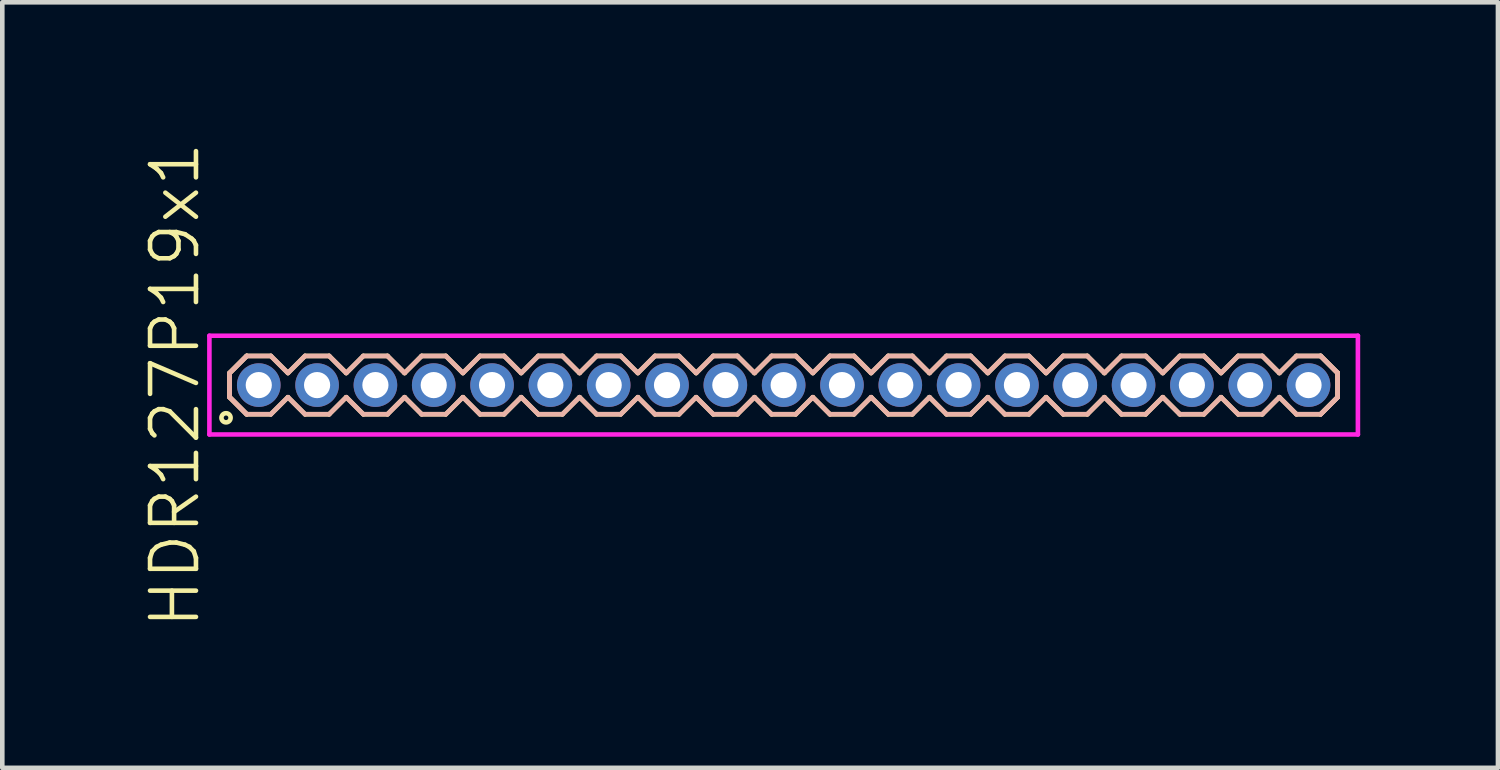
<source format=kicad_pcb>
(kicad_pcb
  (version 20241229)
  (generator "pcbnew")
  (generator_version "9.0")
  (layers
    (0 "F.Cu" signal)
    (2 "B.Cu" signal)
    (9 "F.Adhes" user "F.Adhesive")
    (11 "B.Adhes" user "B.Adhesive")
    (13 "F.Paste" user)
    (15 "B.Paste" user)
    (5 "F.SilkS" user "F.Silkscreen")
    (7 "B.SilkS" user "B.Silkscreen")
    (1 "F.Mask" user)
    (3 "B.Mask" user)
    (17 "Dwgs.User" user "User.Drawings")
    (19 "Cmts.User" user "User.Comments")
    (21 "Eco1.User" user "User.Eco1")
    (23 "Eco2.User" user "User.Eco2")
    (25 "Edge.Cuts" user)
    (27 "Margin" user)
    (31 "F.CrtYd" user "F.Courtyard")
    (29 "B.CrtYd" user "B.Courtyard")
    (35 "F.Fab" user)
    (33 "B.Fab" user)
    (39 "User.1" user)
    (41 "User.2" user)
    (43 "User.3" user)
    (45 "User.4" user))
  (footprint "HDR127P19x1"
    (layer "F.Cu")
    (at 14.015 5.336)
    (property "Reference" "HDR127P19x1" (at -13.255 0 90) (layer "F.SilkS") (effects (font (size 1 1) (thickness 0.1))))
    (attr through_hole)
    (fp_line (start -12.065 -0.263) (end -11.693 -0.635) (stroke (width 0.1) (type solid)) (layer "F.SilkS"))
    (fp_line (start -12.065 -0.263) (end -11.693 -0.635) (stroke (width 0.1) (type solid)) (layer "F.SilkS"))
    (fp_line (start -12.065 0.263) (end -12.065 -0.263) (stroke (width 0.1) (type solid)) (layer "F.SilkS"))
    (fp_line (start -12.065 0.263) (end -12.065 -0.263) (stroke (width 0.1) (type solid)) (layer "F.SilkS"))
    (fp_line (start -11.693 -0.635) (end -11.167 -0.635) (stroke (width 0.1) (type solid)) (layer "F.SilkS"))
    (fp_line (start -11.693 0.635) (end -12.065 0.263) (stroke (width 0.1) (type solid)) (layer "F.SilkS"))
    (fp_line (start -11.693 0.635) (end -12.065 0.263) (stroke (width 0.1) (type solid)) (layer "F.SilkS"))
    (fp_line (start -11.167 -0.635) (end -10.795 -0.263) (stroke (width 0.1) (type solid)) (layer "F.SilkS"))
    (fp_line (start -11.167 0.635) (end -11.693 0.635) (stroke (width 0.1) (type solid)) (layer "F.SilkS"))
    (fp_line (start -10.795 -0.263) (end -10.423 -0.635) (stroke (width 0.1) (type solid)) (layer "F.SilkS"))
    (fp_line (start -10.795 0.263) (end -11.167 0.635) (stroke (width 0.1) (type solid)) (layer "F.SilkS"))
    (fp_line (start -10.423 -0.635) (end -9.897 -0.635) (stroke (width 0.1) (type solid)) (layer "F.SilkS"))
    (fp_line (start -10.423 0.635) (end -10.795 0.263) (stroke (width 0.1) (type solid)) (layer "F.SilkS"))
    (fp_line (start -9.897 -0.635) (end -9.525 -0.263) (stroke (width 0.1) (type solid)) (layer "F.SilkS"))
    (fp_line (start -9.897 0.635) (end -10.423 0.635) (stroke (width 0.1) (type solid)) (layer "F.SilkS"))
    (fp_line (start -9.525 -0.263) (end -9.153 -0.635) (stroke (width 0.1) (type solid)) (layer "F.SilkS"))
    (fp_line (start -9.525 0.263) (end -9.897 0.635) (stroke (width 0.1) (type solid)) (layer "F.SilkS"))
    (fp_line (start -9.153 -0.635) (end -8.627 -0.635) (stroke (width 0.1) (type solid)) (layer "F.SilkS"))
    (fp_line (start -9.153 0.635) (end -9.525 0.263) (stroke (width 0.1) (type solid)) (layer "F.SilkS"))
    (fp_line (start -8.627 -0.635) (end -8.255 -0.263) (stroke (width 0.1) (type solid)) (layer "F.SilkS"))
    (fp_line (start -8.627 0.635) (end -9.153 0.635) (stroke (width 0.1) (type solid)) (layer "F.SilkS"))
    (fp_line (start -8.255 -0.263) (end -7.883 -0.635) (stroke (width 0.1) (type solid)) (layer "F.SilkS"))
    (fp_line (start -8.255 0.263) (end -8.627 0.635) (stroke (width 0.1) (type solid)) (layer "F.SilkS"))
    (fp_line (start -7.883 -0.635) (end -7.357 -0.635) (stroke (width 0.1) (type solid)) (layer "F.SilkS"))
    (fp_line (start -7.883 0.635) (end -8.255 0.263) (stroke (width 0.1) (type solid)) (layer "F.SilkS"))
    (fp_line (start -7.357 -0.635) (end -6.985 -0.263) (stroke (width 0.1) (type solid)) (layer "F.SilkS"))
    (fp_line (start -7.357 0.635) (end -7.883 0.635) (stroke (width 0.1) (type solid)) (layer "F.SilkS"))
    (fp_line (start -6.985 -0.263) (end -6.613 -0.635) (stroke (width 0.1) (type solid)) (layer "F.SilkS"))
    (fp_line (start -6.985 0.263) (end -7.357 0.635) (stroke (width 0.1) (type solid)) (layer "F.SilkS"))
    (fp_line (start -6.613 -0.635) (end -6.087 -0.635) (stroke (width 0.1) (type solid)) (layer "F.SilkS"))
    (fp_line (start -6.613 0.635) (end -6.985 0.263) (stroke (width 0.1) (type solid)) (layer "F.SilkS"))
    (fp_line (start -6.087 -0.635) (end -5.715 -0.263) (stroke (width 0.1) (type solid)) (layer "F.SilkS"))
    (fp_line (start -6.087 0.635) (end -6.613 0.635) (stroke (width 0.1) (type solid)) (layer "F.SilkS"))
    (fp_line (start -5.715 -0.263) (end -5.343 -0.635) (stroke (width 0.1) (type solid)) (layer "F.SilkS"))
    (fp_line (start -5.715 0.263) (end -6.087 0.635) (stroke (width 0.1) (type solid)) (layer "F.SilkS"))
    (fp_line (start -5.343 -0.635) (end -4.817 -0.635) (stroke (width 0.1) (type solid)) (layer "F.SilkS"))
    (fp_line (start -5.343 0.635) (end -5.715 0.263) (stroke (width 0.1) (type solid)) (layer "F.SilkS"))
    (fp_line (start -4.817 -0.635) (end -4.445 -0.263) (stroke (width 0.1) (type solid)) (layer "F.SilkS"))
    (fp_line (start -4.817 0.635) (end -5.343 0.635) (stroke (width 0.1) (type solid)) (layer "F.SilkS"))
    (fp_line (start -4.445 -0.263) (end -4.073 -0.635) (stroke (width 0.1) (type solid)) (layer "F.SilkS"))
    (fp_line (start -4.445 0.263) (end -4.817 0.635) (stroke (width 0.1) (type solid)) (layer "F.SilkS"))
    (fp_line (start -4.073 -0.635) (end -3.547 -0.635) (stroke (width 0.1) (type solid)) (layer "F.SilkS"))
    (fp_line (start -4.073 0.635) (end -4.445 0.263) (stroke (width 0.1) (type solid)) (layer "F.SilkS"))
    (fp_line (start -3.547 -0.635) (end -3.175 -0.263) (stroke (width 0.1) (type solid)) (layer "F.SilkS"))
    (fp_line (start -3.547 0.635) (end -4.073 0.635) (stroke (width 0.1) (type solid)) (layer "F.SilkS"))
    (fp_line (start -3.175 -0.263) (end -2.803 -0.635) (stroke (width 0.1) (type solid)) (layer "F.SilkS"))
    (fp_line (start -3.175 0.263) (end -3.547 0.635) (stroke (width 0.1) (type solid)) (layer "F.SilkS"))
    (fp_line (start -2.803 -0.635) (end -2.277 -0.635) (stroke (width 0.1) (type solid)) (layer "F.SilkS"))
    (fp_line (start -2.803 0.635) (end -3.175 0.263) (stroke (width 0.1) (type solid)) (layer "F.SilkS"))
    (fp_line (start -2.277 -0.635) (end -1.905 -0.263) (stroke (width 0.1) (type solid)) (layer "F.SilkS"))
    (fp_line (start -2.277 0.635) (end -2.803 0.635) (stroke (width 0.1) (type solid)) (layer "F.SilkS"))
    (fp_line (start -1.905 -0.263) (end -1.533 -0.635) (stroke (width 0.1) (type solid)) (layer "F.SilkS"))
    (fp_line (start -1.905 0.263) (end -2.277 0.635) (stroke (width 0.1) (type solid)) (layer "F.SilkS"))
    (fp_line (start -1.533 -0.635) (end -1.007 -0.635) (stroke (width 0.1) (type solid)) (layer "F.SilkS"))
    (fp_line (start -1.533 0.635) (end -1.905 0.263) (stroke (width 0.1) (type solid)) (layer "F.SilkS"))
    (fp_line (start -1.007 -0.635) (end -0.635 -0.263) (stroke (width 0.1) (type solid)) (layer "F.SilkS"))
    (fp_line (start -1.007 0.635) (end -1.533 0.635) (stroke (width 0.1) (type solid)) (layer "F.SilkS"))
    (fp_line (start -0.635 -0.263) (end -0.263 -0.635) (stroke (width 0.1) (type solid)) (layer "F.SilkS"))
    (fp_line (start -0.635 0.263) (end -1.007 0.635) (stroke (width 0.1) (type solid)) (layer "F.SilkS"))
    (fp_line (start -0.263 -0.635) (end 0.263 -0.635) (stroke (width 0.1) (type solid)) (layer "F.SilkS"))
    (fp_line (start -0.263 0.635) (end -0.635 0.263) (stroke (width 0.1) (type solid)) (layer "F.SilkS"))
    (fp_line (start 0.263 -0.635) (end 0.635 -0.263) (stroke (width 0.1) (type solid)) (layer "F.SilkS"))
    (fp_line (start 0.263 0.635) (end -0.263 0.635) (stroke (width 0.1) (type solid)) (layer "F.SilkS"))
    (fp_line (start 0.635 -0.263) (end 1.007 -0.635) (stroke (width 0.1) (type solid)) (layer "F.SilkS"))
    (fp_line (start 0.635 0.263) (end 0.263 0.635) (stroke (width 0.1) (type solid)) (layer "F.SilkS"))
    (fp_line (start 1.007 -0.635) (end 1.533 -0.635) (stroke (width 0.1) (type solid)) (layer "F.SilkS"))
    (fp_line (start 1.007 0.635) (end 0.635 0.263) (stroke (width 0.1) (type solid)) (layer "F.SilkS"))
    (fp_line (start 1.533 -0.635) (end 1.905 -0.263) (stroke (width 0.1) (type solid)) (layer "F.SilkS"))
    (fp_line (start 1.533 0.635) (end 1.007 0.635) (stroke (width 0.1) (type solid)) (layer "F.SilkS"))
    (fp_line (start 1.905 -0.263) (end 2.277 -0.635) (stroke (width 0.1) (type solid)) (layer "F.SilkS"))
    (fp_line (start 1.905 0.263) (end 1.533 0.635) (stroke (width 0.1) (type solid)) (layer "F.SilkS"))
    (fp_line (start 2.277 -0.635) (end 2.803 -0.635) (stroke (width 0.1) (type solid)) (layer "F.SilkS"))
    (fp_line (start 2.277 0.635) (end 1.905 0.263) (stroke (width 0.1) (type solid)) (layer "F.SilkS"))
    (fp_line (start 2.803 -0.635) (end 3.175 -0.263) (stroke (width 0.1) (type solid)) (layer "F.SilkS"))
    (fp_line (start 2.803 0.635) (end 2.277 0.635) (stroke (width 0.1) (type solid)) (layer "F.SilkS"))
    (fp_line (start 3.175 -0.263) (end 3.547 -0.635) (stroke (width 0.1) (type solid)) (layer "F.SilkS"))
    (fp_line (start 3.175 0.263) (end 2.803 0.635) (stroke (width 0.1) (type solid)) (layer "F.SilkS"))
    (fp_line (start 3.547 -0.635) (end 4.073 -0.635) (stroke (width 0.1) (type solid)) (layer "F.SilkS"))
    (fp_line (start 3.547 0.635) (end 3.175 0.263) (stroke (width 0.1) (type solid)) (layer "F.SilkS"))
    (fp_line (start 4.073 -0.635) (end 4.445 -0.263) (stroke (width 0.1) (type solid)) (layer "F.SilkS"))
    (fp_line (start 4.073 0.635) (end 3.547 0.635) (stroke (width 0.1) (type solid)) (layer "F.SilkS"))
    (fp_line (start 4.445 -0.263) (end 4.817 -0.635) (stroke (width 0.1) (type solid)) (layer "F.SilkS"))
    (fp_line (start 4.445 0.263) (end 4.073 0.635) (stroke (width 0.1) (type solid)) (layer "F.SilkS"))
    (fp_line (start 4.817 -0.635) (end 5.343 -0.635) (stroke (width 0.1) (type solid)) (layer "F.SilkS"))
    (fp_line (start 4.817 0.635) (end 4.445 0.263) (stroke (width 0.1) (type solid)) (layer "F.SilkS"))
    (fp_line (start 5.343 -0.635) (end 5.715 -0.263) (stroke (width 0.1) (type solid)) (layer "F.SilkS"))
    (fp_line (start 5.343 0.635) (end 4.817 0.635) (stroke (width 0.1) (type solid)) (layer "F.SilkS"))
    (fp_line (start 5.715 -0.263) (end 6.087 -0.635) (stroke (width 0.1) (type solid)) (layer "F.SilkS"))
    (fp_line (start 5.715 0.263) (end 5.343 0.635) (stroke (width 0.1) (type solid)) (layer "F.SilkS"))
    (fp_line (start 6.087 -0.635) (end 6.613 -0.635) (stroke (width 0.1) (type solid)) (layer "F.SilkS"))
    (fp_line (start 6.087 0.635) (end 5.715 0.263) (stroke (width 0.1) (type solid)) (layer "F.SilkS"))
    (fp_line (start 6.613 -0.635) (end 6.985 -0.263) (stroke (width 0.1) (type solid)) (layer "F.SilkS"))
    (fp_line (start 6.613 0.635) (end 6.087 0.635) (stroke (width 0.1) (type solid)) (layer "F.SilkS"))
    (fp_line (start 6.985 -0.263) (end 7.357 -0.635) (stroke (width 0.1) (type solid)) (layer "F.SilkS"))
    (fp_line (start 6.985 0.263) (end 6.613 0.635) (stroke (width 0.1) (type solid)) (layer "F.SilkS"))
    (fp_line (start 7.357 -0.635) (end 7.883 -0.635) (stroke (width 0.1) (type solid)) (layer "F.SilkS"))
    (fp_line (start 7.357 0.635) (end 6.985 0.263) (stroke (width 0.1) (type solid)) (layer "F.SilkS"))
    (fp_line (start 7.883 -0.635) (end 8.255 -0.263) (stroke (width 0.1) (type solid)) (layer "F.SilkS"))
    (fp_line (start 7.883 0.635) (end 7.357 0.635) (stroke (width 0.1) (type solid)) (layer "F.SilkS"))
    (fp_line (start 8.255 -0.263) (end 8.627 -0.635) (stroke (width 0.1) (type solid)) (layer "F.SilkS"))
    (fp_line (start 8.255 0.263) (end 7.883 0.635) (stroke (width 0.1) (type solid)) (layer "F.SilkS"))
    (fp_line (start 8.627 -0.635) (end 9.153 -0.635) (stroke (width 0.1) (type solid)) (layer "F.SilkS"))
    (fp_line (start 8.627 0.635) (end 8.255 0.263) (stroke (width 0.1) (type solid)) (layer "F.SilkS"))
    (fp_line (start 9.153 -0.635) (end 9.525 -0.263) (stroke (width 0.1) (type solid)) (layer "F.SilkS"))
    (fp_line (start 9.153 0.635) (end 8.627 0.635) (stroke (width 0.1) (type solid)) (layer "F.SilkS"))
    (fp_line (start 9.525 -0.263) (end 9.897 -0.635) (stroke (width 0.1) (type solid)) (layer "F.SilkS"))
    (fp_line (start 9.525 0.263) (end 9.153 0.635) (stroke (width 0.1) (type solid)) (layer "F.SilkS"))
    (fp_line (start 9.897 -0.635) (end 10.423 -0.635) (stroke (width 0.1) (type solid)) (layer "F.SilkS"))
    (fp_line (start 9.897 0.635) (end 9.525 0.263) (stroke (width 0.1) (type solid)) (layer "F.SilkS"))
    (fp_line (start 10.423 -0.635) (end 10.795 -0.263) (stroke (width 0.1) (type solid)) (layer "F.SilkS"))
    (fp_line (start 10.423 0.635) (end 9.897 0.635) (stroke (width 0.1) (type solid)) (layer "F.SilkS"))
    (fp_line (start 10.795 -0.263) (end 11.167 -0.635) (stroke (width 0.1) (type solid)) (layer "F.SilkS"))
    (fp_line (start 10.795 0.263) (end 10.423 0.635) (stroke (width 0.1) (type solid)) (layer "F.SilkS"))
    (fp_line (start 11.167 -0.635) (end 11.693 -0.635) (stroke (width 0.1) (type solid)) (layer "F.SilkS"))
    (fp_line (start 11.167 0.635) (end 10.795 0.263) (stroke (width 0.1) (type solid)) (layer "F.SilkS"))
    (fp_line (start 11.693 -0.635) (end 12.065 -0.263) (stroke (width 0.1) (type solid)) (layer "F.SilkS"))
    (fp_line (start 11.693 -0.635) (end 12.065 -0.263) (stroke (width 0.1) (type solid)) (layer "F.SilkS"))
    (fp_line (start 11.693 0.635) (end 11.167 0.635) (stroke (width 0.1) (type solid)) (layer "F.SilkS"))
    (fp_line (start 12.065 -0.263) (end 12.065 0.263) (stroke (width 0.1) (type solid)) (layer "F.SilkS"))
    (fp_line (start 12.065 -0.263) (end 12.065 0.263) (stroke (width 0.1) (type solid)) (layer "F.SilkS"))
    (fp_line (start 12.065 0.263) (end 11.693 0.635) (stroke (width 0.1) (type solid)) (layer "F.SilkS"))
    (fp_line (start 12.065 0.263) (end 11.693 0.635) (stroke (width 0.1) (type solid)) (layer "F.SilkS"))
    (fp_circle (center -12.143 0.712) (end -12.043 0.712) (stroke (width 0.1) (type solid)) (fill no) (layer "F.SilkS"))
    (fp_line (start -12.065 -0.263) (end -11.693 -0.635) (stroke (width 0.1) (type solid)) (layer "B.SilkS"))
    (fp_line (start -12.065 -0.263) (end -11.693 -0.635) (stroke (width 0.1) (type solid)) (layer "B.SilkS"))
    (fp_line (start -12.065 0.263) (end -12.065 -0.263) (stroke (width 0.1) (type solid)) (layer "B.SilkS"))
    (fp_line (start -12.065 0.263) (end -12.065 -0.263) (stroke (width 0.1) (type solid)) (layer "B.SilkS"))
    (fp_line (start -11.693 -0.635) (end -11.167 -0.635) (stroke (width 0.1) (type solid)) (layer "B.SilkS"))
    (fp_line (start -11.693 0.635) (end -12.065 0.263) (stroke (width 0.1) (type solid)) (layer "B.SilkS"))
    (fp_line (start -11.693 0.635) (end -12.065 0.263) (stroke (width 0.1) (type solid)) (layer "B.SilkS"))
    (fp_line (start -11.167 -0.635) (end -10.795 -0.263) (stroke (width 0.1) (type solid)) (layer "B.SilkS"))
    (fp_line (start -11.167 0.635) (end -11.693 0.635) (stroke (width 0.1) (type solid)) (layer "B.SilkS"))
    (fp_line (start -10.795 -0.263) (end -10.423 -0.635) (stroke (width 0.1) (type solid)) (layer "B.SilkS"))
    (fp_line (start -10.795 0.263) (end -11.167 0.635) (stroke (width 0.1) (type solid)) (layer "B.SilkS"))
    (fp_line (start -10.423 -0.635) (end -9.897 -0.635) (stroke (width 0.1) (type solid)) (layer "B.SilkS"))
    (fp_line (start -10.423 0.635) (end -10.795 0.263) (stroke (width 0.1) (type solid)) (layer "B.SilkS"))
    (fp_line (start -9.897 -0.635) (end -9.525 -0.263) (stroke (width 0.1) (type solid)) (layer "B.SilkS"))
    (fp_line (start -9.897 0.635) (end -10.423 0.635) (stroke (width 0.1) (type solid)) (layer "B.SilkS"))
    (fp_line (start -9.525 -0.263) (end -9.153 -0.635) (stroke (width 0.1) (type solid)) (layer "B.SilkS"))
    (fp_line (start -9.525 0.263) (end -9.897 0.635) (stroke (width 0.1) (type solid)) (layer "B.SilkS"))
    (fp_line (start -9.153 -0.635) (end -8.627 -0.635) (stroke (width 0.1) (type solid)) (layer "B.SilkS"))
    (fp_line (start -9.153 0.635) (end -9.525 0.263) (stroke (width 0.1) (type solid)) (layer "B.SilkS"))
    (fp_line (start -8.627 -0.635) (end -8.255 -0.263) (stroke (width 0.1) (type solid)) (layer "B.SilkS"))
    (fp_line (start -8.627 0.635) (end -9.153 0.635) (stroke (width 0.1) (type solid)) (layer "B.SilkS"))
    (fp_line (start -8.255 -0.263) (end -7.883 -0.635) (stroke (width 0.1) (type solid)) (layer "B.SilkS"))
    (fp_line (start -8.255 0.263) (end -8.627 0.635) (stroke (width 0.1) (type solid)) (layer "B.SilkS"))
    (fp_line (start -7.883 -0.635) (end -7.357 -0.635) (stroke (width 0.1) (type solid)) (layer "B.SilkS"))
    (fp_line (start -7.883 0.635) (end -8.255 0.263) (stroke (width 0.1) (type solid)) (layer "B.SilkS"))
    (fp_line (start -7.357 -0.635) (end -6.985 -0.263) (stroke (width 0.1) (type solid)) (layer "B.SilkS"))
    (fp_line (start -7.357 0.635) (end -7.883 0.635) (stroke (width 0.1) (type solid)) (layer "B.SilkS"))
    (fp_line (start -6.985 -0.263) (end -6.613 -0.635) (stroke (width 0.1) (type solid)) (layer "B.SilkS"))
    (fp_line (start -6.985 0.263) (end -7.357 0.635) (stroke (width 0.1) (type solid)) (layer "B.SilkS"))
    (fp_line (start -6.613 -0.635) (end -6.087 -0.635) (stroke (width 0.1) (type solid)) (layer "B.SilkS"))
    (fp_line (start -6.613 0.635) (end -6.985 0.263) (stroke (width 0.1) (type solid)) (layer "B.SilkS"))
    (fp_line (start -6.087 -0.635) (end -5.715 -0.263) (stroke (width 0.1) (type solid)) (layer "B.SilkS"))
    (fp_line (start -6.087 0.635) (end -6.613 0.635) (stroke (width 0.1) (type solid)) (layer "B.SilkS"))
    (fp_line (start -5.715 -0.263) (end -5.343 -0.635) (stroke (width 0.1) (type solid)) (layer "B.SilkS"))
    (fp_line (start -5.715 0.263) (end -6.087 0.635) (stroke (width 0.1) (type solid)) (layer "B.SilkS"))
    (fp_line (start -5.343 -0.635) (end -4.817 -0.635) (stroke (width 0.1) (type solid)) (layer "B.SilkS"))
    (fp_line (start -5.343 0.635) (end -5.715 0.263) (stroke (width 0.1) (type solid)) (layer "B.SilkS"))
    (fp_line (start -4.817 -0.635) (end -4.445 -0.263) (stroke (width 0.1) (type solid)) (layer "B.SilkS"))
    (fp_line (start -4.817 0.635) (end -5.343 0.635) (stroke (width 0.1) (type solid)) (layer "B.SilkS"))
    (fp_line (start -4.445 -0.263) (end -4.073 -0.635) (stroke (width 0.1) (type solid)) (layer "B.SilkS"))
    (fp_line (start -4.445 0.263) (end -4.817 0.635) (stroke (width 0.1) (type solid)) (layer "B.SilkS"))
    (fp_line (start -4.073 -0.635) (end -3.547 -0.635) (stroke (width 0.1) (type solid)) (layer "B.SilkS"))
    (fp_line (start -4.073 0.635) (end -4.445 0.263) (stroke (width 0.1) (type solid)) (layer "B.SilkS"))
    (fp_line (start -3.547 -0.635) (end -3.175 -0.263) (stroke (width 0.1) (type solid)) (layer "B.SilkS"))
    (fp_line (start -3.547 0.635) (end -4.073 0.635) (stroke (width 0.1) (type solid)) (layer "B.SilkS"))
    (fp_line (start -3.175 -0.263) (end -2.803 -0.635) (stroke (width 0.1) (type solid)) (layer "B.SilkS"))
    (fp_line (start -3.175 0.263) (end -3.547 0.635) (stroke (width 0.1) (type solid)) (layer "B.SilkS"))
    (fp_line (start -2.803 -0.635) (end -2.277 -0.635) (stroke (width 0.1) (type solid)) (layer "B.SilkS"))
    (fp_line (start -2.803 0.635) (end -3.175 0.263) (stroke (width 0.1) (type solid)) (layer "B.SilkS"))
    (fp_line (start -2.277 -0.635) (end -1.905 -0.263) (stroke (width 0.1) (type solid)) (layer "B.SilkS"))
    (fp_line (start -2.277 0.635) (end -2.803 0.635) (stroke (width 0.1) (type solid)) (layer "B.SilkS"))
    (fp_line (start -1.905 -0.263) (end -1.533 -0.635) (stroke (width 0.1) (type solid)) (layer "B.SilkS"))
    (fp_line (start -1.905 0.263) (end -2.277 0.635) (stroke (width 0.1) (type solid)) (layer "B.SilkS"))
    (fp_line (start -1.533 -0.635) (end -1.007 -0.635) (stroke (width 0.1) (type solid)) (layer "B.SilkS"))
    (fp_line (start -1.533 0.635) (end -1.905 0.263) (stroke (width 0.1) (type solid)) (layer "B.SilkS"))
    (fp_line (start -1.007 -0.635) (end -0.635 -0.263) (stroke (width 0.1) (type solid)) (layer "B.SilkS"))
    (fp_line (start -1.007 0.635) (end -1.533 0.635) (stroke (width 0.1) (type solid)) (layer "B.SilkS"))
    (fp_line (start -0.635 -0.263) (end -0.263 -0.635) (stroke (width 0.1) (type solid)) (layer "B.SilkS"))
    (fp_line (start -0.635 0.263) (end -1.007 0.635) (stroke (width 0.1) (type solid)) (layer "B.SilkS"))
    (fp_line (start -0.263 -0.635) (end 0.263 -0.635) (stroke (width 0.1) (type solid)) (layer "B.SilkS"))
    (fp_line (start -0.263 0.635) (end -0.635 0.263) (stroke (width 0.1) (type solid)) (layer "B.SilkS"))
    (fp_line (start 0.263 -0.635) (end 0.635 -0.263) (stroke (width 0.1) (type solid)) (layer "B.SilkS"))
    (fp_line (start 0.263 0.635) (end -0.263 0.635) (stroke (width 0.1) (type solid)) (layer "B.SilkS"))
    (fp_line (start 0.635 -0.263) (end 1.007 -0.635) (stroke (width 0.1) (type solid)) (layer "B.SilkS"))
    (fp_line (start 0.635 0.263) (end 0.263 0.635) (stroke (width 0.1) (type solid)) (layer "B.SilkS"))
    (fp_line (start 1.007 -0.635) (end 1.533 -0.635) (stroke (width 0.1) (type solid)) (layer "B.SilkS"))
    (fp_line (start 1.007 0.635) (end 0.635 0.263) (stroke (width 0.1) (type solid)) (layer "B.SilkS"))
    (fp_line (start 1.533 -0.635) (end 1.905 -0.263) (stroke (width 0.1) (type solid)) (layer "B.SilkS"))
    (fp_line (start 1.533 0.635) (end 1.007 0.635) (stroke (width 0.1) (type solid)) (layer "B.SilkS"))
    (fp_line (start 1.905 -0.263) (end 2.277 -0.635) (stroke (width 0.1) (type solid)) (layer "B.SilkS"))
    (fp_line (start 1.905 0.263) (end 1.533 0.635) (stroke (width 0.1) (type solid)) (layer "B.SilkS"))
    (fp_line (start 2.277 -0.635) (end 2.803 -0.635) (stroke (width 0.1) (type solid)) (layer "B.SilkS"))
    (fp_line (start 2.277 0.635) (end 1.905 0.263) (stroke (width 0.1) (type solid)) (layer "B.SilkS"))
    (fp_line (start 2.803 -0.635) (end 3.175 -0.263) (stroke (width 0.1) (type solid)) (layer "B.SilkS"))
    (fp_line (start 2.803 0.635) (end 2.277 0.635) (stroke (width 0.1) (type solid)) (layer "B.SilkS"))
    (fp_line (start 3.175 -0.263) (end 3.547 -0.635) (stroke (width 0.1) (type solid)) (layer "B.SilkS"))
    (fp_line (start 3.175 0.263) (end 2.803 0.635) (stroke (width 0.1) (type solid)) (layer "B.SilkS"))
    (fp_line (start 3.547 -0.635) (end 4.073 -0.635) (stroke (width 0.1) (type solid)) (layer "B.SilkS"))
    (fp_line (start 3.547 0.635) (end 3.175 0.263) (stroke (width 0.1) (type solid)) (layer "B.SilkS"))
    (fp_line (start 4.073 -0.635) (end 4.445 -0.263) (stroke (width 0.1) (type solid)) (layer "B.SilkS"))
    (fp_line (start 4.073 0.635) (end 3.547 0.635) (stroke (width 0.1) (type solid)) (layer "B.SilkS"))
    (fp_line (start 4.445 -0.263) (end 4.817 -0.635) (stroke (width 0.1) (type solid)) (layer "B.SilkS"))
    (fp_line (start 4.445 0.263) (end 4.073 0.635) (stroke (width 0.1) (type solid)) (layer "B.SilkS"))
    (fp_line (start 4.817 -0.635) (end 5.343 -0.635) (stroke (width 0.1) (type solid)) (layer "B.SilkS"))
    (fp_line (start 4.817 0.635) (end 4.445 0.263) (stroke (width 0.1) (type solid)) (layer "B.SilkS"))
    (fp_line (start 5.343 -0.635) (end 5.715 -0.263) (stroke (width 0.1) (type solid)) (layer "B.SilkS"))
    (fp_line (start 5.343 0.635) (end 4.817 0.635) (stroke (width 0.1) (type solid)) (layer "B.SilkS"))
    (fp_line (start 5.715 -0.263) (end 6.087 -0.635) (stroke (width 0.1) (type solid)) (layer "B.SilkS"))
    (fp_line (start 5.715 0.263) (end 5.343 0.635) (stroke (width 0.1) (type solid)) (layer "B.SilkS"))
    (fp_line (start 6.087 -0.635) (end 6.613 -0.635) (stroke (width 0.1) (type solid)) (layer "B.SilkS"))
    (fp_line (start 6.087 0.635) (end 5.715 0.263) (stroke (width 0.1) (type solid)) (layer "B.SilkS"))
    (fp_line (start 6.613 -0.635) (end 6.985 -0.263) (stroke (width 0.1) (type solid)) (layer "B.SilkS"))
    (fp_line (start 6.613 0.635) (end 6.087 0.635) (stroke (width 0.1) (type solid)) (layer "B.SilkS"))
    (fp_line (start 6.985 -0.263) (end 7.357 -0.635) (stroke (width 0.1) (type solid)) (layer "B.SilkS"))
    (fp_line (start 6.985 0.263) (end 6.613 0.635) (stroke (width 0.1) (type solid)) (layer "B.SilkS"))
    (fp_line (start 7.357 -0.635) (end 7.883 -0.635) (stroke (width 0.1) (type solid)) (layer "B.SilkS"))
    (fp_line (start 7.357 0.635) (end 6.985 0.263) (stroke (width 0.1) (type solid)) (layer "B.SilkS"))
    (fp_line (start 7.883 -0.635) (end 8.255 -0.263) (stroke (width 0.1) (type solid)) (layer "B.SilkS"))
    (fp_line (start 7.883 0.635) (end 7.357 0.635) (stroke (width 0.1) (type solid)) (layer "B.SilkS"))
    (fp_line (start 8.255 -0.263) (end 8.627 -0.635) (stroke (width 0.1) (type solid)) (layer "B.SilkS"))
    (fp_line (start 8.255 0.263) (end 7.883 0.635) (stroke (width 0.1) (type solid)) (layer "B.SilkS"))
    (fp_line (start 8.627 -0.635) (end 9.153 -0.635) (stroke (width 0.1) (type solid)) (layer "B.SilkS"))
    (fp_line (start 8.627 0.635) (end 8.255 0.263) (stroke (width 0.1) (type solid)) (layer "B.SilkS"))
    (fp_line (start 9.153 -0.635) (end 9.525 -0.263) (stroke (width 0.1) (type solid)) (layer "B.SilkS"))
    (fp_line (start 9.153 0.635) (end 8.627 0.635) (stroke (width 0.1) (type solid)) (layer "B.SilkS"))
    (fp_line (start 9.525 -0.263) (end 9.897 -0.635) (stroke (width 0.1) (type solid)) (layer "B.SilkS"))
    (fp_line (start 9.525 0.263) (end 9.153 0.635) (stroke (width 0.1) (type solid)) (layer "B.SilkS"))
    (fp_line (start 9.897 -0.635) (end 10.423 -0.635) (stroke (width 0.1) (type solid)) (layer "B.SilkS"))
    (fp_line (start 9.897 0.635) (end 9.525 0.263) (stroke (width 0.1) (type solid)) (layer "B.SilkS"))
    (fp_line (start 10.423 -0.635) (end 10.795 -0.263) (stroke (width 0.1) (type solid)) (layer "B.SilkS"))
    (fp_line (start 10.423 0.635) (end 9.897 0.635) (stroke (width 0.1) (type solid)) (layer "B.SilkS"))
    (fp_line (start 10.795 -0.263) (end 11.167 -0.635) (stroke (width 0.1) (type solid)) (layer "B.SilkS"))
    (fp_line (start 10.795 0.263) (end 10.423 0.635) (stroke (width 0.1) (type solid)) (layer "B.SilkS"))
    (fp_line (start 11.167 -0.635) (end 11.693 -0.635) (stroke (width 0.1) (type solid)) (layer "B.SilkS"))
    (fp_line (start 11.167 0.635) (end 10.795 0.263) (stroke (width 0.1) (type solid)) (layer "B.SilkS"))
    (fp_line (start 11.693 -0.635) (end 12.065 -0.263) (stroke (width 0.1) (type solid)) (layer "B.SilkS"))
    (fp_line (start 11.693 -0.635) (end 12.065 -0.263) (stroke (width 0.1) (type solid)) (layer "B.SilkS"))
    (fp_line (start 11.693 0.635) (end 11.167 0.635) (stroke (width 0.1) (type solid)) (layer "B.SilkS"))
    (fp_line (start 12.065 -0.263) (end 12.065 0.263) (stroke (width 0.1) (type solid)) (layer "B.SilkS"))
    (fp_line (start 12.065 -0.263) (end 12.065 0.263) (stroke (width 0.1) (type solid)) (layer "B.SilkS"))
    (fp_line (start 12.065 0.263) (end 11.693 0.635) (stroke (width 0.1) (type solid)) (layer "B.SilkS"))
    (fp_line (start 12.065 0.263) (end 11.693 0.635) (stroke (width 0.1) (type solid)) (layer "B.SilkS"))
    (fp_line (start -12.505 -1.075) (end -12.505 1.075) (stroke (width 0.1) (type solid)) (layer "F.CrtYd"))
    (fp_line (start -12.505 1.075) (end 12.505 1.075) (stroke (width 0.1) (type solid)) (layer "F.CrtYd"))
    (fp_line (start 12.505 -1.075) (end -12.505 -1.075) (stroke (width 0.1) (type solid)) (layer "F.CrtYd"))
    (fp_line (start 12.505 1.075) (end 12.505 -1.075) (stroke (width 0.1) (type solid)) (layer "F.CrtYd"))
    (pad "1" thru_hole oval (at -11.43 0) (size 0.95 0.95) (drill 0.57) (layers "*.Cu" "*.Mask"))
    (pad "2" thru_hole oval (at -10.16 0) (size 0.95 0.95) (drill 0.57) (layers "*.Cu" "*.Mask"))
    (pad "3" thru_hole oval (at -8.89 0) (size 0.95 0.95) (drill 0.57) (layers "*.Cu" "*.Mask"))
    (pad "4" thru_hole oval (at -7.62 0) (size 0.95 0.95) (drill 0.57) (layers "*.Cu" "*.Mask"))
    (pad "5" thru_hole oval (at -6.35 0) (size 0.95 0.95) (drill 0.57) (layers "*.Cu" "*.Mask"))
    (pad "6" thru_hole oval (at -5.08 0) (size 0.95 0.95) (drill 0.57) (layers "*.Cu" "*.Mask"))
    (pad "7" thru_hole oval (at -3.81 0) (size 0.95 0.95) (drill 0.57) (layers "*.Cu" "*.Mask"))
    (pad "8" thru_hole oval (at -2.54 0) (size 0.95 0.95) (drill 0.57) (layers "*.Cu" "*.Mask"))
    (pad "9" thru_hole oval (at -1.27 0) (size 0.95 0.95) (drill 0.57) (layers "*.Cu" "*.Mask"))
    (pad "10" thru_hole oval (at 0 0) (size 0.95 0.95) (drill 0.57) (layers "*.Cu" "*.Mask"))
    (pad "11" thru_hole oval (at 1.27 0) (size 0.95 0.95) (drill 0.57) (layers "*.Cu" "*.Mask"))
    (pad "12" thru_hole oval (at 2.54 0) (size 0.95 0.95) (drill 0.57) (layers "*.Cu" "*.Mask"))
    (pad "13" thru_hole oval (at 3.81 0) (size 0.95 0.95) (drill 0.57) (layers "*.Cu" "*.Mask"))
    (pad "14" thru_hole oval (at 5.08 0) (size 0.95 0.95) (drill 0.57) (layers "*.Cu" "*.Mask"))
    (pad "15" thru_hole oval (at 6.35 0) (size 0.95 0.95) (drill 0.57) (layers "*.Cu" "*.Mask"))
    (pad "16" thru_hole oval (at 7.62 0) (size 0.95 0.95) (drill 0.57) (layers "*.Cu" "*.Mask"))
    (pad "17" thru_hole oval (at 8.89 0) (size 0.95 0.95) (drill 0.57) (layers "*.Cu" "*.Mask"))
    (pad "18" thru_hole oval (at 10.16 0) (size 0.95 0.95) (drill 0.57) (layers "*.Cu" "*.Mask"))
    (pad "19" thru_hole oval (at 11.43 0) (size 0.95 0.95) (drill 0.57) (layers "*.Cu" "*.Mask")))
  (gr_rect
    (start -3 -3)
    (end 29.57 13.671)
    (stroke (width 0.1) (type default))
    (fill no)
    (layer "Edge.Cuts")))
</source>
